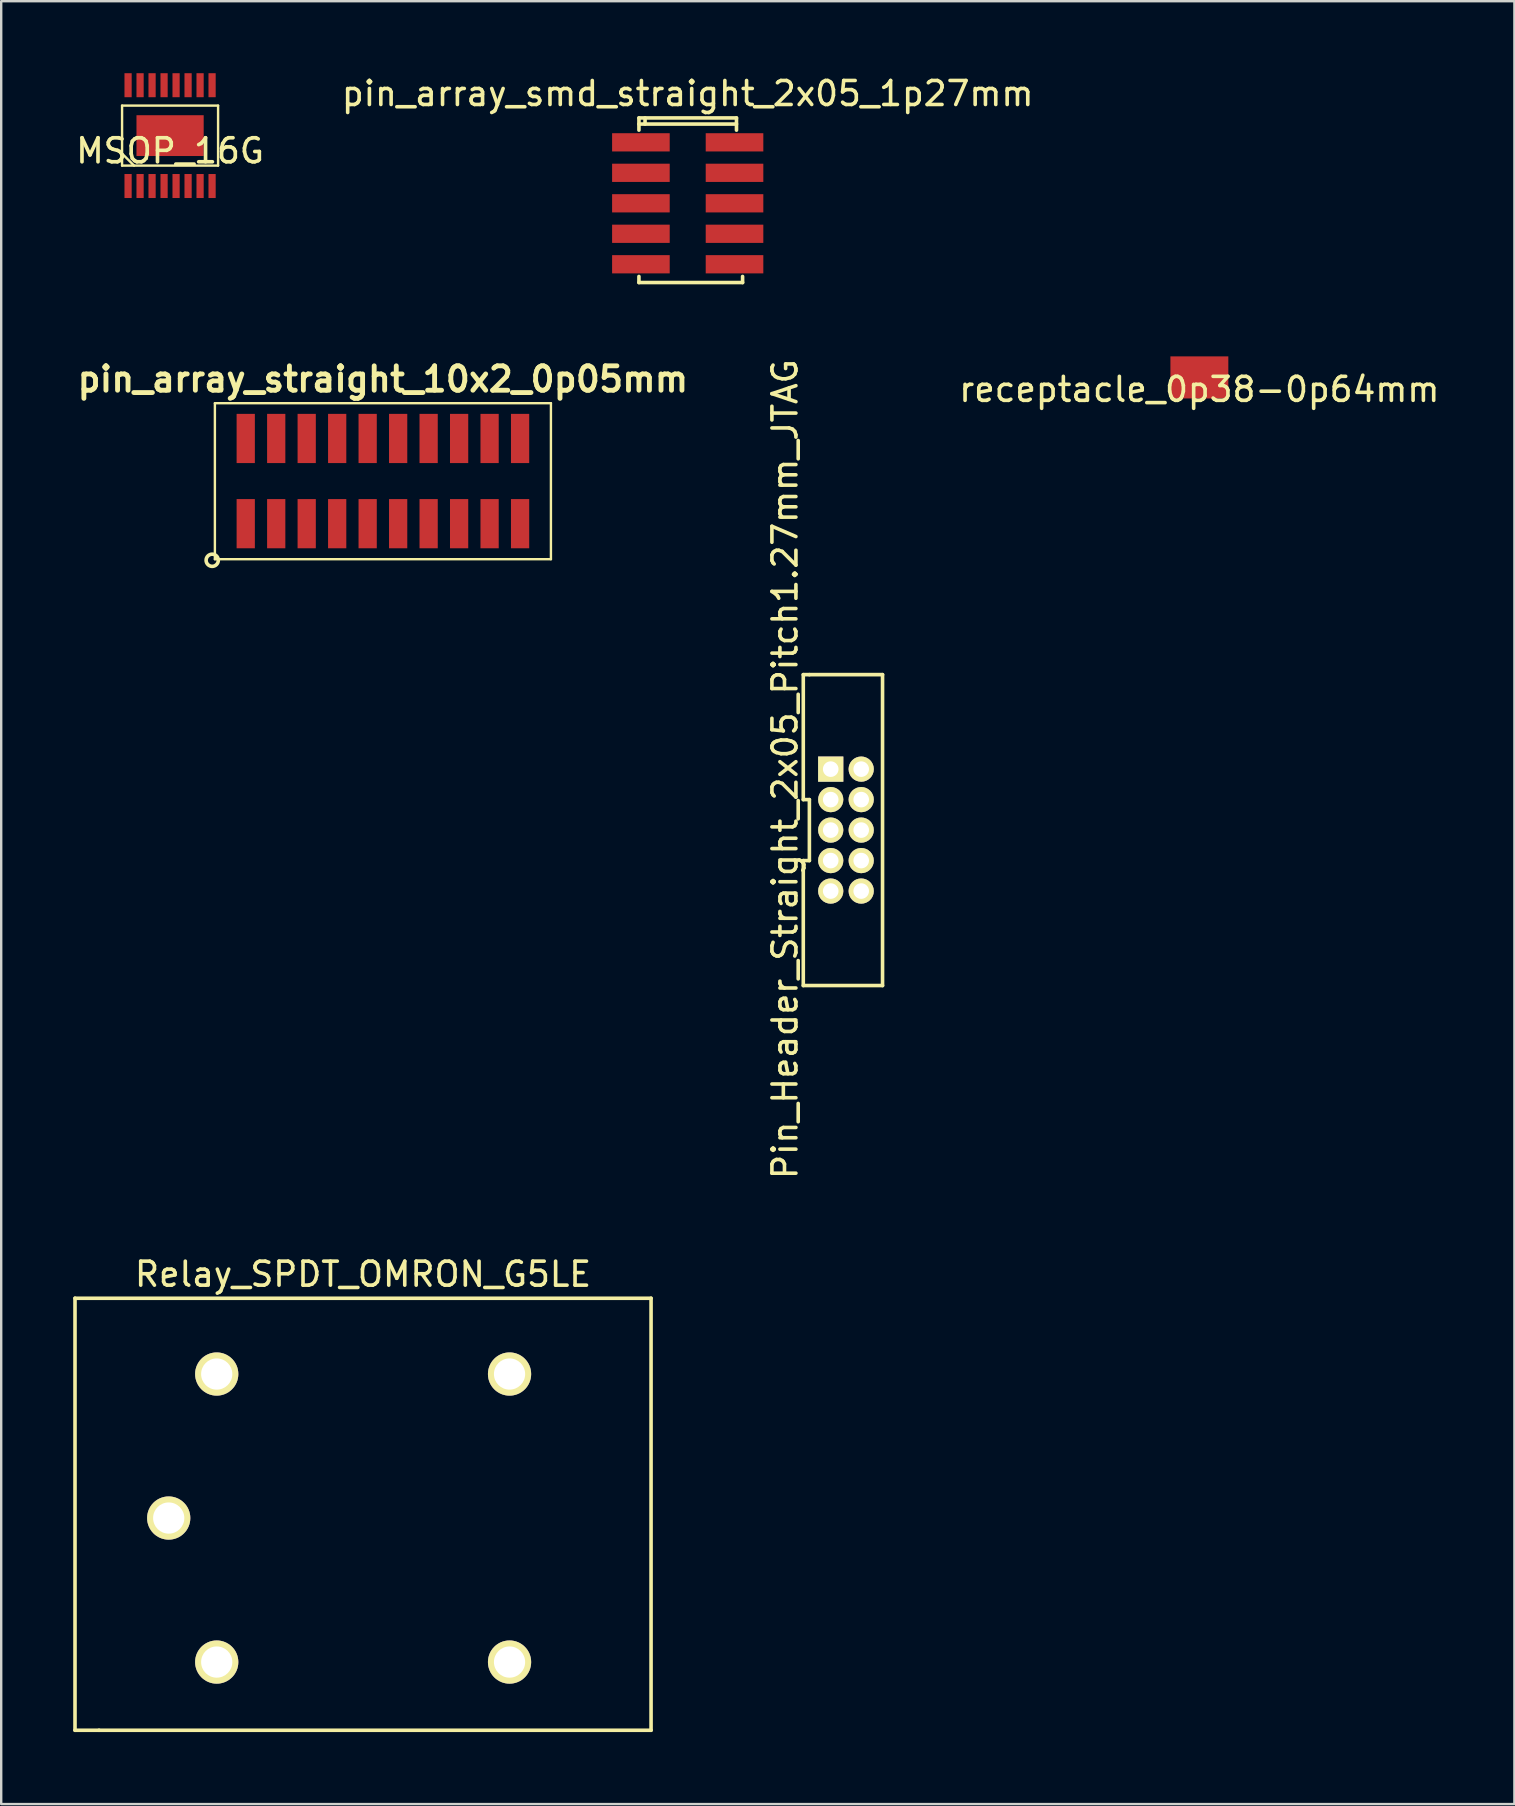
<source format=kicad_pcb>
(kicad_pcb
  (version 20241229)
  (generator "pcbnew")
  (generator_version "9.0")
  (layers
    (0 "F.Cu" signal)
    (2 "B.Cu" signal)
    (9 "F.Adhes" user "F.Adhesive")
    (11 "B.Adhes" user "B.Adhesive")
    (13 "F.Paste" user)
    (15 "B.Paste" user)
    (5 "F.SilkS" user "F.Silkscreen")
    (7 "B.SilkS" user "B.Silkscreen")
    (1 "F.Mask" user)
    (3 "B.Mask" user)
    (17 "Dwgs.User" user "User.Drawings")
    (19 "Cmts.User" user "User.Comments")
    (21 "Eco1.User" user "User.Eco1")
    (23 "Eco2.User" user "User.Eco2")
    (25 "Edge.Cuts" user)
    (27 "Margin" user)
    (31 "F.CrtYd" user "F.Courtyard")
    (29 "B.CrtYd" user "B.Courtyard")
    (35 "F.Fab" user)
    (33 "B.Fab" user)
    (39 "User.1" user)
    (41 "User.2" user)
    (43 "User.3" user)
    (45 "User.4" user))
  (footprint "pin_array_straight_10x2_0p05mm"
    (layer "F.Cu")
    (at 12.903 17.498)
    (property "Reference" "pin_array_straight_10x2_0p05mm" (at 0 -4.75 0) (layer "F.SilkS") (effects (font (size 1.016 1.016) (thickness 0.203))))
    (attr through_hole)
    (fp_line (start -7 -3.75) (end -7 2.75) (stroke (width 0.1) (type solid)) (layer "F.SilkS"))
    (fp_line (start -7 -3.75) (end 7 -3.75) (stroke (width 0.1) (type solid)) (layer "F.SilkS"))
    (fp_line (start -7 2.75) (end 7 2.75) (stroke (width 0.1) (type solid)) (layer "F.SilkS"))
    (fp_line (start 7 2.75) (end 7 -3.75) (stroke (width 0.1) (type solid)) (layer "F.SilkS"))
    (fp_circle (center -7.112 2.794) (end -7.112 3.048) (stroke (width 0.15) (type solid)) (fill no) (layer "F.SilkS"))
    (pad "1" smd rect (at -5.715 1.27) (size 0.76 2.05) (layers "F.Cu" "F.Mask" "F.Paste"))
    (pad "2" smd rect (at -5.715 -2.28) (size 0.76 2.05) (layers "F.Cu" "F.Mask" "F.Paste"))
    (pad "3" smd rect (at -4.445 1.27) (size 0.76 2.05) (layers "F.Cu" "F.Mask" "F.Paste"))
    (pad "4" smd rect (at -4.445 -2.28) (size 0.76 2.05) (layers "F.Cu" "F.Mask" "F.Paste"))
    (pad "5" smd rect (at -3.175 1.27) (size 0.76 2.05) (layers "F.Cu" "F.Mask" "F.Paste"))
    (pad "6" smd rect (at -3.175 -2.28) (size 0.76 2.05) (layers "F.Cu" "F.Mask" "F.Paste"))
    (pad "7" smd rect (at -1.905 1.27) (size 0.76 2.05) (layers "F.Cu" "F.Mask" "F.Paste"))
    (pad "8" smd rect (at -1.905 -2.28) (size 0.76 2.05) (layers "F.Cu" "F.Mask" "F.Paste"))
    (pad "9" smd rect (at -0.635 1.27) (size 0.76 2.05) (layers "F.Cu" "F.Mask" "F.Paste"))
    (pad "10" smd rect (at -0.635 -2.28) (size 0.76 2.05) (layers "F.Cu" "F.Mask" "F.Paste"))
    (pad "11" smd rect (at 0.635 1.27) (size 0.76 2.05) (layers "F.Cu" "F.Mask" "F.Paste"))
    (pad "12" smd rect (at 0.635 -2.28) (size 0.76 2.05) (layers "F.Cu" "F.Mask" "F.Paste"))
    (pad "13" smd rect (at 1.905 1.27) (size 0.76 2.05) (layers "F.Cu" "F.Mask" "F.Paste"))
    (pad "14" smd rect (at 1.905 -2.28) (size 0.76 2.05) (layers "F.Cu" "F.Mask" "F.Paste"))
    (pad "15" smd rect (at 3.175 1.27) (size 0.76 2.05) (layers "F.Cu" "F.Mask" "F.Paste"))
    (pad "16" smd rect (at 3.175 -2.28) (size 0.76 2.05) (layers "F.Cu" "F.Mask" "F.Paste"))
    (pad "17" smd rect (at 4.445 1.27) (size 0.76 2.05) (layers "F.Cu" "F.Mask" "F.Paste"))
    (pad "18" smd rect (at 4.445 -2.28) (size 0.76 2.05) (layers "F.Cu" "F.Mask" "F.Paste"))
    (pad "19" smd rect (at 5.715 1.27) (size 0.76 2.05) (layers "F.Cu" "F.Mask" "F.Paste"))
    (pad "20" smd rect (at 5.715 -2.28) (size 0.76 2.05) (layers "F.Cu" "F.Mask" "F.Paste")))
  (footprint "receptacle_0p38-0p64mm"
    (layer "F.Cu")
    (at 46.919 12.674)
    (property "Reference" "receptacle_0p38-0p64mm" (at 0 0.5 0) (layer "F.SilkS") (effects (font (size 1 1) (thickness 0.15))))
    (attr through_hole)
    (pad "1" smd rect (at 0 0) (size 2.413 1.753) (layers "F.Cu" "F.Mask" "F.Paste")))
  (footprint "Relay_SPDT_OMRON_G5LE"
    (layer "F.Cu")
    (at 12.075 60.038)
    (property "Reference" "Relay_SPDT_OMRON_G5LE" (at 0 -10 0) (layer "F.SilkS") (effects (font (size 1 1) (thickness 0.15))))
    (attr through_hole)
    (fp_line (start -12 -9) (end 12 -9) (stroke (width 0.15) (type solid)) (layer "F.SilkS"))
    (fp_line (start -12 9) (end -12 -9) (stroke (width 0.15) (type solid)) (layer "F.SilkS"))
    (fp_line (start -11 9) (end -12 9) (stroke (width 0.15) (type solid)) (layer "F.SilkS"))
    (fp_line (start 12 -9) (end 12 9) (stroke (width 0.15) (type solid)) (layer "F.SilkS"))
    (fp_line (start 12 9) (end -11 9) (stroke (width 0.15) (type solid)) (layer "F.SilkS"))
    (pad "1" thru_hole circle (at -8.096 0.158) (size 1.8 1.8) (drill 1.3) (layers "*.Cu" "*.Mask" "F.SilkS"))
    (pad "2" thru_hole circle (at -6.096 6.158) (size 1.8 1.8) (drill 1.3) (layers "*.Cu" "*.Mask" "F.SilkS"))
    (pad "3" thru_hole circle (at 6.104 6.158) (size 1.8 1.8) (drill 1.3) (layers "*.Cu" "*.Mask" "F.SilkS"))
    (pad "4" thru_hole circle (at 6.104 -5.842) (size 1.8 1.8) (drill 1.3) (layers "*.Cu" "*.Mask" "F.SilkS"))
    (pad "5" thru_hole circle (at -6.096 -5.842) (size 1.8 1.8) (drill 1.3) (layers "*.Cu" "*.Mask" "F.SilkS")))
  (footprint "Pin_Header_Straight_2x05_Pitch1.27mm_JTAG"
    (layer "F.Cu")
    (at 31.56 28.994)
    (property "Reference" "Pin_Header_Straight_2x05_Pitch1.27mm_JTAG" (at -1.905 0 90) (layer "F.SilkS") (effects (font (size 1 1) (thickness 0.15))))
    (attr through_hole)
    (fp_line (start -1.143 -3.937) (end -1.143 1.27) (stroke (width 0.15) (type solid)) (layer "F.SilkS"))
    (fp_line (start -1.143 1.27) (end -0.889 1.27) (stroke (width 0.15) (type solid)) (layer "F.SilkS"))
    (fp_line (start -1.143 3.81) (end -1.143 9.017) (stroke (width 0.15) (type solid)) (layer "F.SilkS"))
    (fp_line (start -0.889 -3.937) (end -1.143 -3.937) (stroke (width 0.15) (type solid)) (layer "F.SilkS"))
    (fp_line (start -0.889 1.27) (end -0.889 3.81) (stroke (width 0.15) (type solid)) (layer "F.SilkS"))
    (fp_line (start -0.889 3.81) (end -1.143 3.81) (stroke (width 0.15) (type solid)) (layer "F.SilkS"))
    (fp_line (start 2.159 -3.937) (end -0.889 -3.937) (stroke (width 0.15) (type solid)) (layer "F.SilkS"))
    (fp_line (start 2.159 9.017) (end -1.143 9.017) (stroke (width 0.15) (type solid)) (layer "F.SilkS"))
    (fp_line (start 2.159 9.017) (end 2.159 -3.937) (stroke (width 0.15) (type solid)) (layer "F.SilkS"))
    (pad "1" thru_hole rect (at 0 0) (size 1.05 1.05) (drill 0.65) (layers "*.Cu" "*.Mask" "F.SilkS"))
    (pad "2" thru_hole circle (at 1.27 0) (size 1.05 1.05) (drill 0.65) (layers "*.Cu" "*.Mask" "F.SilkS"))
    (pad "3" thru_hole circle (at 0 1.27) (size 1.05 1.05) (drill 0.65) (layers "*.Cu" "*.Mask" "F.SilkS"))
    (pad "4" thru_hole circle (at 1.27 1.27) (size 1.05 1.05) (drill 0.65) (layers "*.Cu" "*.Mask" "F.SilkS"))
    (pad "5" thru_hole circle (at 0 2.54) (size 1.05 1.05) (drill 0.65) (layers "*.Cu" "*.Mask" "F.SilkS"))
    (pad "6" thru_hole circle (at 1.27 2.54) (size 1.05 1.05) (drill 0.65) (layers "*.Cu" "*.Mask" "F.SilkS"))
    (pad "7" thru_hole circle (at 0 3.81) (size 1.05 1.05) (drill 0.65) (layers "*.Cu" "*.Mask" "F.SilkS"))
    (pad "8" thru_hole circle (at 1.27 3.81) (size 1.05 1.05) (drill 0.65) (layers "*.Cu" "*.Mask" "F.SilkS"))
    (pad "9" thru_hole circle (at 0 5.08) (size 1.05 1.05) (drill 0.65) (layers "*.Cu" "*.Mask" "F.SilkS"))
    (pad "10" thru_hole circle (at 1.27 5.08) (size 1.05 1.05) (drill 0.65) (layers "*.Cu" "*.Mask" "F.SilkS")))
  (footprint "MSOP_16G"
    (layer "F.Cu")
    (at 4.036 2.6)
    (property "Reference" "MSOP_16G" (at 0 0.635 0) (layer "F.SilkS") (effects (font (size 1.001 1.001) (thickness 0.152))))
    (attr through_hole)
    (fp_line (start -2 -1.25) (end 2 -1.25) (stroke (width 0.1) (type solid)) (layer "F.SilkS"))
    (fp_line (start -2 1.25) (end -2 -1.25) (stroke (width 0.1) (type solid)) (layer "F.SilkS"))
    (fp_line (start -1.5 1.25) (end -2 0.75) (stroke (width 0.1) (type solid)) (layer "F.SilkS"))
    (fp_line (start 2 -1.25) (end 2 1.25) (stroke (width 0.1) (type solid)) (layer "F.SilkS"))
    (fp_line (start 2 1.25) (end -2 1.25) (stroke (width 0.1) (type solid)) (layer "F.SilkS"))
    (pad "1" smd rect (at -1.75 2.1) (size 0.3 1) (layers "F.Cu" "F.Mask" "F.Paste"))
    (pad "2" smd rect (at -1.25 2.1) (size 0.3 1) (layers "F.Cu" "F.Mask" "F.Paste"))
    (pad "3" smd rect (at -0.75 2.1) (size 0.3 1) (layers "F.Cu" "F.Mask" "F.Paste"))
    (pad "4" smd rect (at -0.25 2.1) (size 0.3 1) (layers "F.Cu" "F.Mask" "F.Paste"))
    (pad "5" smd rect (at 0.25 2.1) (size 0.3 1) (layers "F.Cu" "F.Mask" "F.Paste"))
    (pad "6" smd rect (at 0.75 2.1) (size 0.3 1) (layers "F.Cu" "F.Mask" "F.Paste"))
    (pad "7" smd rect (at 1.25 2.1) (size 0.3 1) (layers "F.Cu" "F.Mask" "F.Paste"))
    (pad "8" smd rect (at 1.75 2.1) (size 0.3 1) (layers "F.Cu" "F.Mask" "F.Paste"))
    (pad "9" smd rect (at 1.75 -2.1) (size 0.3 1) (layers "F.Cu" "F.Mask" "F.Paste"))
    (pad "10" smd rect (at 1.25 -2.1) (size 0.3 1) (layers "F.Cu" "F.Mask" "F.Paste"))
    (pad "11" smd rect (at 0.75 -2.1) (size 0.3 1) (layers "F.Cu" "F.Mask" "F.Paste"))
    (pad "12" smd rect (at 0.25 -2.1) (size 0.3 1) (layers "F.Cu" "F.Mask" "F.Paste"))
    (pad "13" smd rect (at -0.25 -2.1) (size 0.3 1) (layers "F.Cu" "F.Mask" "F.Paste"))
    (pad "14" smd rect (at -0.75 -2.1) (size 0.3 1) (layers "F.Cu" "F.Mask" "F.Paste"))
    (pad "15" smd rect (at -1.25 -2.1) (size 0.3 1) (layers "F.Cu" "F.Mask" "F.Paste"))
    (pad "16" smd rect (at -1.75 -2.1) (size 0.3 1) (layers "F.Cu" "F.Mask" "F.Paste"))
    (pad "17" smd rect (at 0 0) (size 2.8 1.7) (layers "F.Cu" "F.Mask" "F.Paste")))
  (footprint "pin_array_smd_straight_2x05_1p27mm"
    (layer "F.Cu")
    (at 25.602 2.88)
    (property "Reference" "pin_array_smd_straight_2x05_1p27mm" (at 0 -2.032 0) (layer "F.SilkS") (effects (font (size 1 1) (thickness 0.15))))
    (attr through_hole)
    (fp_line (start -2.032 -1.016) (end 2.032 -1.016) (stroke (width 0.15) (type solid)) (layer "F.SilkS"))
    (fp_line (start -2.032 -0.508) (end -2.032 -1.016) (stroke (width 0.15) (type solid)) (layer "F.SilkS"))
    (fp_line (start -2.032 5.588) (end -2.032 5.842) (stroke (width 0.15) (type solid)) (layer "F.SilkS"))
    (fp_line (start -2.032 5.842) (end 2.286 5.842) (stroke (width 0.15) (type solid)) (layer "F.SilkS"))
    (fp_line (start -1.778 -1.016) (end -1.778 -0.762) (stroke (width 0.15) (type solid)) (layer "F.SilkS"))
    (fp_line (start 2.032 -1.016) (end 2.032 -0.508) (stroke (width 0.15) (type solid)) (layer "F.SilkS"))
    (fp_line (start 2.032 -0.762) (end -2.032 -0.762) (stroke (width 0.15) (type solid)) (layer "F.SilkS"))
    (fp_line (start 2.286 5.842) (end 2.286 5.588) (stroke (width 0.15) (type solid)) (layer "F.SilkS"))
    (pad "1" smd rect (at -1.95 0) (size 2.4 0.76) (layers "F.Cu" "F.Mask" "F.Paste"))
    (pad "2" smd rect (at 1.95 0) (size 2.4 0.76) (layers "F.Cu" "F.Mask" "F.Paste"))
    (pad "3" smd rect (at -1.95 1.27) (size 2.4 0.76) (layers "F.Cu" "F.Mask" "F.Paste"))
    (pad "4" smd rect (at 1.95 1.27) (size 2.4 0.76) (layers "F.Cu" "F.Mask" "F.Paste"))
    (pad "5" smd rect (at -1.95 2.54) (size 2.4 0.76) (layers "F.Cu" "F.Mask" "F.Paste"))
    (pad "6" smd rect (at 1.95 2.54) (size 2.4 0.76) (layers "F.Cu" "F.Mask" "F.Paste"))
    (pad "7" smd rect (at -1.95 3.81) (size 2.4 0.76) (layers "F.Cu" "F.Mask" "F.Paste"))
    (pad "8" smd rect (at 1.95 3.81) (size 2.4 0.76) (layers "F.Cu" "F.Mask" "F.Paste"))
    (pad "9" smd rect (at -1.95 5.08) (size 2.4 0.76) (layers "F.Cu" "F.Mask" "F.Paste"))
    (pad "10" smd rect (at 1.95 5.08) (size 2.4 0.76) (layers "F.Cu" "F.Mask" "F.Paste")))
  (gr_rect
    (start -3 -3)
    (end 60.044 72.113)
    (stroke (width 0.1) (type default))
    (fill no)
    (layer "Edge.Cuts")))
</source>
